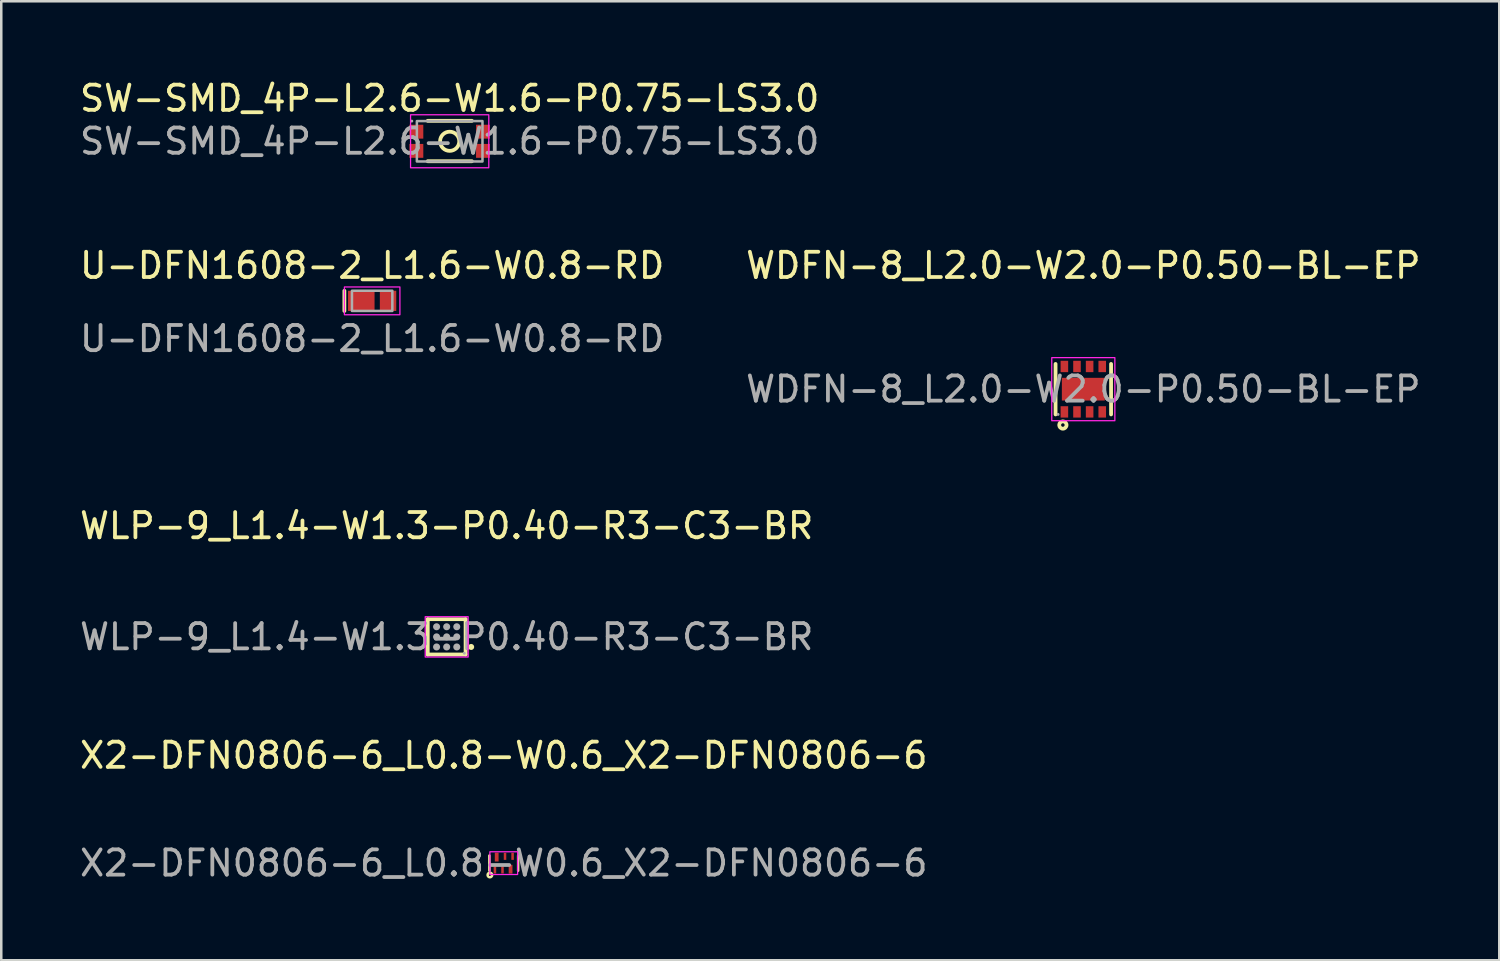
<source format=kicad_pcb>
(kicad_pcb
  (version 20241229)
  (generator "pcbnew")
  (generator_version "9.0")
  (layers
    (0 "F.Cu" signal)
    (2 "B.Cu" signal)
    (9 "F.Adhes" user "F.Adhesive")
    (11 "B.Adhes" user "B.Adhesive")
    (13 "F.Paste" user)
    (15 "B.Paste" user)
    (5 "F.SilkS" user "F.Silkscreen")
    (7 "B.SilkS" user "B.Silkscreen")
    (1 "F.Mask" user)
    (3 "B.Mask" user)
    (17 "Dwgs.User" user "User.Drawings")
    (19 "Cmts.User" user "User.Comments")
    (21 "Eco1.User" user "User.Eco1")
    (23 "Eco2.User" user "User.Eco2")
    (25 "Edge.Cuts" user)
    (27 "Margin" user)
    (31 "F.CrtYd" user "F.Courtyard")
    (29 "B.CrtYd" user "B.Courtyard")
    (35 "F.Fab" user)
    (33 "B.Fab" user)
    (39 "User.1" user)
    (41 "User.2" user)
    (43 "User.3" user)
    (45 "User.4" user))
  (footprint "WLP-9_L1.4-W1.3-P0.40-R3-C3-BR"
    (layer "F.Cu")
    (at 14.649 22.185)
    (property "Reference" "WLP-9_L1.4-W1.3-P0.40-R3-C3-BR" (at 0 -4.4 0) (layer "F.SilkS") (effects (font (size 1 1) (thickness 0.15))))
    (attr smd)
    (fp_line (start -0.75 0.7) (end -0.75 -0.7) (stroke (width 0.15) (type solid)) (layer "F.SilkS"))
    (fp_line (start 0.75 -0.7) (end -0.75 -0.7) (stroke (width 0.15) (type solid)) (layer "F.SilkS"))
    (fp_line (start 0.75 0.7) (end -0.75 0.7) (stroke (width 0.15) (type solid)) (layer "F.SilkS"))
    (fp_line (start 0.75 0.7) (end 0.75 -0.7) (stroke (width 0.15) (type solid)) (layer "F.SilkS"))
    (fp_circle (center 0.97 0.4) (end 1.04 0.4) (stroke (width 0.1) (type solid)) (fill yes) (layer "F.SilkS"))
    (fp_rect (start -0.85 -0.8) (end 0.85 0.8) (stroke (width 0.05) (type default)) (fill no) (layer "F.CrtYd"))
    (fp_circle (center -0.4 -0.4) (end -0.33 -0.4) (stroke (width 0.14) (type solid)) (fill no) (layer "F.Fab"))
    (fp_circle (center -0.4 0) (end -0.33 0) (stroke (width 0.14) (type solid)) (fill no) (layer "F.Fab"))
    (fp_circle (center -0.4 0.4) (end -0.33 0.4) (stroke (width 0.14) (type solid)) (fill no) (layer "F.Fab"))
    (fp_circle (center 0 -0.4) (end 0.07 -0.4) (stroke (width 0.14) (type solid)) (fill no) (layer "F.Fab"))
    (fp_circle (center 0 0) (end 0.07 0) (stroke (width 0.14) (type solid)) (fill no) (layer "F.Fab"))
    (fp_circle (center 0 0.4) (end 0.07 0.4) (stroke (width 0.14) (type solid)) (fill no) (layer "F.Fab"))
    (fp_circle (center 0.4 -0.4) (end 0.47 -0.4) (stroke (width 0.14) (type solid)) (fill no) (layer "F.Fab"))
    (fp_circle (center 0.4 0) (end 0.47 0) (stroke (width 0.14) (type solid)) (fill no) (layer "F.Fab"))
    (fp_circle (center 0.4 0.4) (end 0.47 0.4) (stroke (width 0.14) (type solid)) (fill no) (layer "F.Fab"))
    (fp_circle (center 0.7 0.65) (end 0.73 0.65) (stroke (width 0.06) (type solid)) (fill no) (layer "F.Fab"))
    (fp_text user "${REFERENCE}" (at 0 0 0) (layer "F.Fab") (effects (font (size 1 1) (thickness 0.15))))
    (pad "A1" smd circle (at 0.4 0.4 180) (size 0.23 0.23) (layers "F.Cu" "F.Mask" "F.Paste"))
    (pad "A2" smd circle (at 0 0.4 180) (size 0.23 0.23) (layers "F.Cu" "F.Mask" "F.Paste"))
    (pad "A3" smd circle (at -0.4 0.4 180) (size 0.23 0.23) (layers "F.Cu" "F.Mask" "F.Paste"))
    (pad "B1" smd circle (at 0.4 0 180) (size 0.23 0.23) (layers "F.Cu" "F.Mask" "F.Paste"))
    (pad "B2" smd circle (at 0 0 180) (size 0.23 0.23) (layers "F.Cu" "F.Mask" "F.Paste"))
    (pad "B3" smd circle (at -0.4 0 180) (size 0.23 0.23) (layers "F.Cu" "F.Mask" "F.Paste"))
    (pad "C1" smd circle (at 0.4 -0.4 180) (size 0.23 0.23) (layers "F.Cu" "F.Mask" "F.Paste"))
    (pad "C2" smd circle (at 0 -0.4 180) (size 0.23 0.23) (layers "F.Cu" "F.Mask" "F.Paste"))
    (pad "C3" smd circle (at -0.4 -0.4 180) (size 0.23 0.23) (layers "F.Cu" "F.Mask" "F.Paste")))
  (footprint "SW-SMD_4P-L2.6-W1.6-P0.75-LS3.0"
    (layer "F.Cu")
    (at 14.768 2.548)
    (property "Reference" "SW-SMD_4P-L2.6-W1.6-P0.75-LS3.0" (at 0 -1.7 0) (layer "F.SilkS") (effects (font (size 1 1) (thickness 0.15))))
    (attr smd)
    (fp_line (start -0.87 -0.81) (end 0.88 -0.81) (stroke (width 0.15) (type solid)) (layer "F.SilkS"))
    (fp_line (start -0.87 0.79) (end 0.88 0.79) (stroke (width 0.15) (type solid)) (layer "F.SilkS"))
    (fp_circle (center 0 0) (end 0.38 0) (stroke (width 0.15) (type solid)) (fill no) (layer "F.SilkS"))
    (fp_rect (start -1.55 -1.05) (end 1.55 1.05) (stroke (width 0.05) (type default)) (fill no) (layer "F.CrtYd"))
    (fp_rect (start -1.3 -0.8) (end 1.3 0.8) (stroke (width 0.1) (type default)) (fill no) (layer "F.Fab"))
    (fp_circle (center -1.5 -0.8) (end -1.47 -0.8) (stroke (width 0.06) (type solid)) (fill no) (layer "F.Fab"))
    (fp_text user "${REFERENCE}" (at 0 0 0) (layer "F.Fab") (effects (font (size 1 1) (thickness 0.15))))
    (pad "1" smd rect (at -1.32 -0.38) (size 0.55 0.55) (layers "F.Cu" "F.Mask" "F.Paste"))
    (pad "2" smd rect (at -1.32 0.38) (size 0.55 0.55) (layers "F.Cu" "F.Mask" "F.Paste"))
    (pad "3" smd rect (at 1.32 -0.38) (size 0.55 0.55) (layers "F.Cu" "F.Mask" "F.Paste"))
    (pad "4" smd rect (at 1.32 0.38) (size 0.55 0.55) (layers "F.Cu" "F.Mask" "F.Paste")))
  (footprint "WDFN-8_L2.0-W2.0-P0.50-BL-EP"
    (layer "F.Cu")
    (at 39.875 12.371)
    (property "Reference" "WDFN-8_L2.0-W2.0-P0.50-BL-EP" (at 0 -4.9 0) (layer "F.SilkS") (effects (font (size 1 1) (thickness 0.15))))
    (attr smd)
    (fp_line (start -1.1 -1) (end -1.1 1) (stroke (width 0.15) (type solid)) (layer "F.SilkS"))
    (fp_line (start 1.1 -1) (end 1.1 1) (stroke (width 0.15) (type solid)) (layer "F.SilkS"))
    (fp_circle (center -0.81 1.42) (end -0.74 1.42) (stroke (width 0.15) (type solid)) (fill no) (layer "F.SilkS"))
    (fp_rect (start -1.25 -1.25) (end 1.25 1.25) (stroke (width 0.05) (type default)) (fill no) (layer "F.CrtYd"))
    (fp_circle (center -1 1) (end -0.97 1) (stroke (width 0.06) (type solid)) (fill no) (layer "F.Fab"))
    (fp_text user "${REFERENCE}" (at 0 0 0) (layer "F.Fab") (effects (font (size 1 1) (thickness 0.15))))
    (pad "1" smd rect (at -0.75 0.9 90) (size 0.45 0.3) (layers "F.Cu" "F.Mask" "F.Paste"))
    (pad "2" smd rect (at -0.25 0.9 90) (size 0.45 0.3) (layers "F.Cu" "F.Mask" "F.Paste"))
    (pad "3" smd rect (at 0.25 0.9 90) (size 0.45 0.3) (layers "F.Cu" "F.Mask" "F.Paste"))
    (pad "4" smd rect (at 0.75 0.9 90) (size 0.45 0.3) (layers "F.Cu" "F.Mask" "F.Paste"))
    (pad "5" smd rect (at 0.75 -0.9 90) (size 0.45 0.3) (layers "F.Cu" "F.Mask" "F.Paste"))
    (pad "6" smd rect (at 0.25 -0.9 90) (size 0.45 0.3) (layers "F.Cu" "F.Mask" "F.Paste"))
    (pad "7" smd rect (at -0.25 -0.9 90) (size 0.45 0.3) (layers "F.Cu" "F.Mask" "F.Paste"))
    (pad "8" smd rect (at -0.75 -0.9 90) (size 0.45 0.3) (layers "F.Cu" "F.Mask" "F.Paste"))
    (pad "9" smd rect (at 0 0 90) (size 0.9 1.7) (layers "F.Cu" "F.Mask" "F.Paste")))
  (footprint "U-DFN1608-2_L1.6-W0.8-RD"
    (layer "F.Cu")
    (at 11.696 8.871)
    (property "Reference" "U-DFN1608-2_L1.6-W0.8-RD" (at 0 -1.4 0) (layer "F.SilkS") (effects (font (size 1 1) (thickness 0.15))))
    (attr smd)
    (fp_line (start -1.1 0.4) (end -1.1 -0.4) (stroke (width 0.15) (type solid)) (layer "F.SilkS"))
    (fp_rect (start -1.1 -0.55) (end 1.1 0.55) (stroke (width 0.05) (type default)) (fill no) (layer "F.CrtYd"))
    (fp_rect (start -0.8 -0.4) (end 0.8 0.4) (stroke (width 0.1) (type default)) (fill no) (layer "F.Fab"))
    (fp_text user "${REFERENCE}" (at 0 1.5 0) (layer "F.Fab") (effects (font (size 1 1) (thickness 0.15))))
    (pad "1" smd rect (at -0.43 0 90) (size 0.8 1.05) (layers "F.Cu" "F.Mask" "F.Paste"))
    (pad "2" smd rect (at 0.63 0 90) (size 0.8 0.65) (layers "F.Cu" "F.Mask" "F.Paste")))
  (footprint "X2-DFN0806-6_L0.8-W0.6_X2-DFN0806-6"
    (layer "F.Cu")
    (at 16.911 31.151)
    (property "Reference" "X2-DFN0806-6_L0.8-W0.6_X2-DFN0806-6" (at 0 -4.27 0) (layer "F.SilkS") (effects (font (size 1 1) (thickness 0.15))))
    (attr smd)
    (fp_line (start -0.57 0.3) (end -0.57 -0.3) (stroke (width 0.1) (type solid)) (layer "F.SilkS"))
    (fp_line (start 0.57 -0.3) (end 0.57 0.3) (stroke (width 0.1) (type solid)) (layer "F.SilkS"))
    (fp_circle (center -0.55 0.47) (end -0.51 0.47) (stroke (width 0.1) (type solid)) (fill no) (layer "F.SilkS"))
    (fp_rect (start -0.55 -0.45) (end 0.55 0.45) (stroke (width 0.05) (type default)) (fill no) (layer "F.CrtYd"))
    (fp_text user "${REFERENCE}" (at 0 0 0) (layer "F.Fab") (effects (font (size 1 1) (thickness 0.15))))
    (pad "1" smd rect (at -0.35 0.27) (size 0.1 0.28) (layers "F.Cu" "F.Mask" "F.Paste"))
    (pad "2" smd rect (at -0.05 0.27) (size 0.1 0.28) (layers "F.Cu" "F.Mask" "F.Paste"))
    (pad "3" smd rect (at 0.27 0.24) (size 0.15 0.35) (layers "F.Cu" "F.Mask" "F.Paste"))
    (pad "4" smd rect (at 0.35 -0.27) (size 0.1 0.28) (layers "F.Cu" "F.Mask" "F.Paste"))
    (pad "5" smd rect (at 0.05 -0.27) (size 0.1 0.28) (layers "F.Cu" "F.Mask" "F.Paste"))
    (pad "6" smd rect (at -0.28 -0.24) (size 0.15 0.35) (layers "F.Cu" "F.Mask" "F.Paste")))
  (gr_rect
    (start -3 -3)
    (end 56.357 34.999)
    (stroke (width 0.1) (type default))
    (fill no)
    (layer "Edge.Cuts")))
</source>
